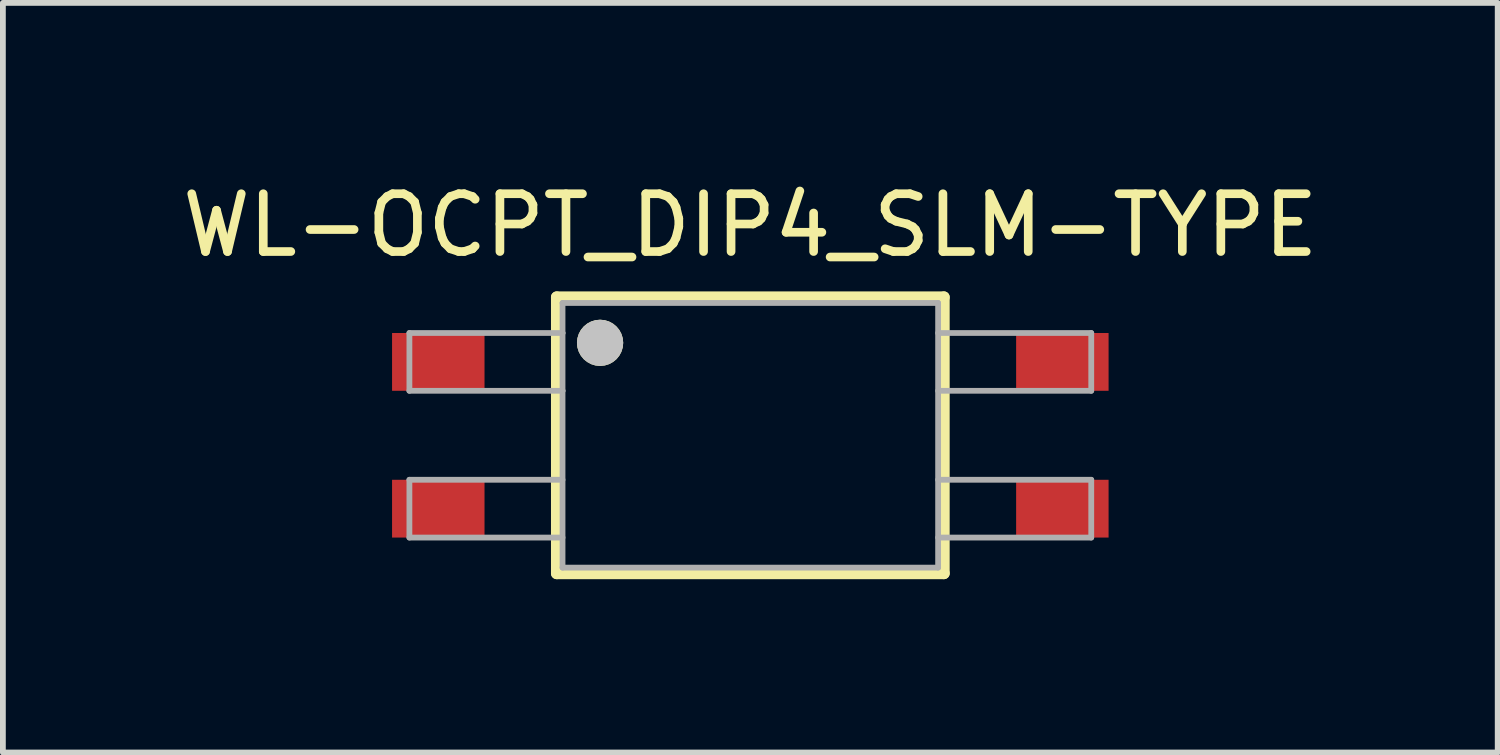
<source format=kicad_pcb>
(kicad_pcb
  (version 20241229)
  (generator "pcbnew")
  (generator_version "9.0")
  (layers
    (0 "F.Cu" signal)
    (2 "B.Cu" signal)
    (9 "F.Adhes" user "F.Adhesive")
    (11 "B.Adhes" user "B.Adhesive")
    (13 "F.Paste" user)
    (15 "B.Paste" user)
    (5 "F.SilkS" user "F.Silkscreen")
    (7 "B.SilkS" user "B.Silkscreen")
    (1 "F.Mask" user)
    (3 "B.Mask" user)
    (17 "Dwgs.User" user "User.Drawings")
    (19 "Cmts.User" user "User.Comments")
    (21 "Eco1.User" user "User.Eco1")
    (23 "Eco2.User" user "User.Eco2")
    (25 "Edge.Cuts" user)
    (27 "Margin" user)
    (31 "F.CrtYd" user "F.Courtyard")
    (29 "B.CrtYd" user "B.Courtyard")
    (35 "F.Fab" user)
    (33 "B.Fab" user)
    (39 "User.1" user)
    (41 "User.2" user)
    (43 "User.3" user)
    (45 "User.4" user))
  (footprint "WL-OCPT_DIP4_SLM-TYPE"
    (layer "F.Cu")
    (at 9.935 4.483)
    (property "Reference" "WL-OCPT_DIP4_SLM-TYPE" (at 0 -3.635 0) (layer "F.SilkS") (effects (font (size 1 1) (thickness 0.15))))
    (attr smd)
    (fp_line (start -3.35 -2.39) (end 3.35 -2.39) (stroke (width 0.2) (type solid)) (layer "F.SilkS"))
    (fp_line (start -3.35 2.39) (end -3.35 -2.39) (stroke (width 0.2) (type solid)) (layer "F.SilkS"))
    (fp_line (start 3.35 -2.39) (end 3.35 2.39) (stroke (width 0.2) (type solid)) (layer "F.SilkS"))
    (fp_line (start 3.35 2.39) (end -3.35 2.39) (stroke (width 0.2) (type solid)) (layer "F.SilkS"))
    (fp_circle (center -2.6 -1.6) (end -2.4 -1.6) (stroke (width 0.4) (type solid)) (fill no) (layer "F.SilkS"))
    (fp_circle (center -2.6 -1.6) (end -2.4 -1.6) (stroke (width 0.4) (type solid)) (fill no) (layer "Dwgs.User"))
    (fp_line (start -5.9 -1.77) (end -5.9 -0.77) (stroke (width 0.1) (type solid)) (layer "F.Fab"))
    (fp_line (start -5.9 -0.77) (end -3.25 -0.77) (stroke (width 0.1) (type solid)) (layer "F.Fab"))
    (fp_line (start -5.9 0.77) (end -5.9 1.77) (stroke (width 0.1) (type solid)) (layer "F.Fab"))
    (fp_line (start -5.9 1.77) (end -3.25 1.77) (stroke (width 0.1) (type solid)) (layer "F.Fab"))
    (fp_line (start -3.25 -2.29) (end 3.25 -2.29) (stroke (width 0.1) (type solid)) (layer "F.Fab"))
    (fp_line (start -3.25 -1.77) (end -5.9 -1.77) (stroke (width 0.1) (type solid)) (layer "F.Fab"))
    (fp_line (start -3.25 -1.77) (end -3.25 -2.29) (stroke (width 0.1) (type solid)) (layer "F.Fab"))
    (fp_line (start -3.25 -0.77) (end -3.25 -1.77) (stroke (width 0.1) (type solid)) (layer "F.Fab"))
    (fp_line (start -3.25 0.77) (end -5.9 0.77) (stroke (width 0.1) (type solid)) (layer "F.Fab"))
    (fp_line (start -3.25 2.29) (end -3.25 -0.77) (stroke (width 0.1) (type solid)) (layer "F.Fab"))
    (fp_line (start 3.25 -2.29) (end 3.25 2.29) (stroke (width 0.1) (type solid)) (layer "F.Fab"))
    (fp_line (start 3.25 -0.77) (end 5.9 -0.77) (stroke (width 0.1) (type solid)) (layer "F.Fab"))
    (fp_line (start 3.25 1.77) (end 5.9 1.77) (stroke (width 0.1) (type solid)) (layer "F.Fab"))
    (fp_line (start 3.25 2.29) (end -3.25 2.29) (stroke (width 0.1) (type solid)) (layer "F.Fab"))
    (fp_line (start 5.9 -1.77) (end 3.25 -1.77) (stroke (width 0.1) (type solid)) (layer "F.Fab"))
    (fp_line (start 5.9 -0.77) (end 5.9 -1.77) (stroke (width 0.1) (type solid)) (layer "F.Fab"))
    (fp_line (start 5.9 0.77) (end 3.25 0.77) (stroke (width 0.1) (type solid)) (layer "F.Fab"))
    (fp_line (start 5.9 1.77) (end 5.9 0.77) (stroke (width 0.1) (type solid)) (layer "F.Fab"))
    (pad "1" smd rect (at -5.4 -1.27) (size 1.6 1) (layers "F.Cu" "F.Mask" "F.Paste"))
    (pad "2" smd rect (at -5.4 1.27) (size 1.6 1) (layers "F.Cu" "F.Mask" "F.Paste"))
    (pad "3" smd rect (at 5.4 1.27) (size 1.6 1) (layers "F.Cu" "F.Mask" "F.Paste"))
    (pad "4" smd rect (at 5.4 -1.27) (size 1.6 1) (layers "F.Cu" "F.Mask" "F.Paste")))
  (gr_rect
    (start -3 -3)
    (end 22.869 9.973)
    (stroke (width 0.1) (type default))
    (fill no)
    (layer "Edge.Cuts")))
</source>
